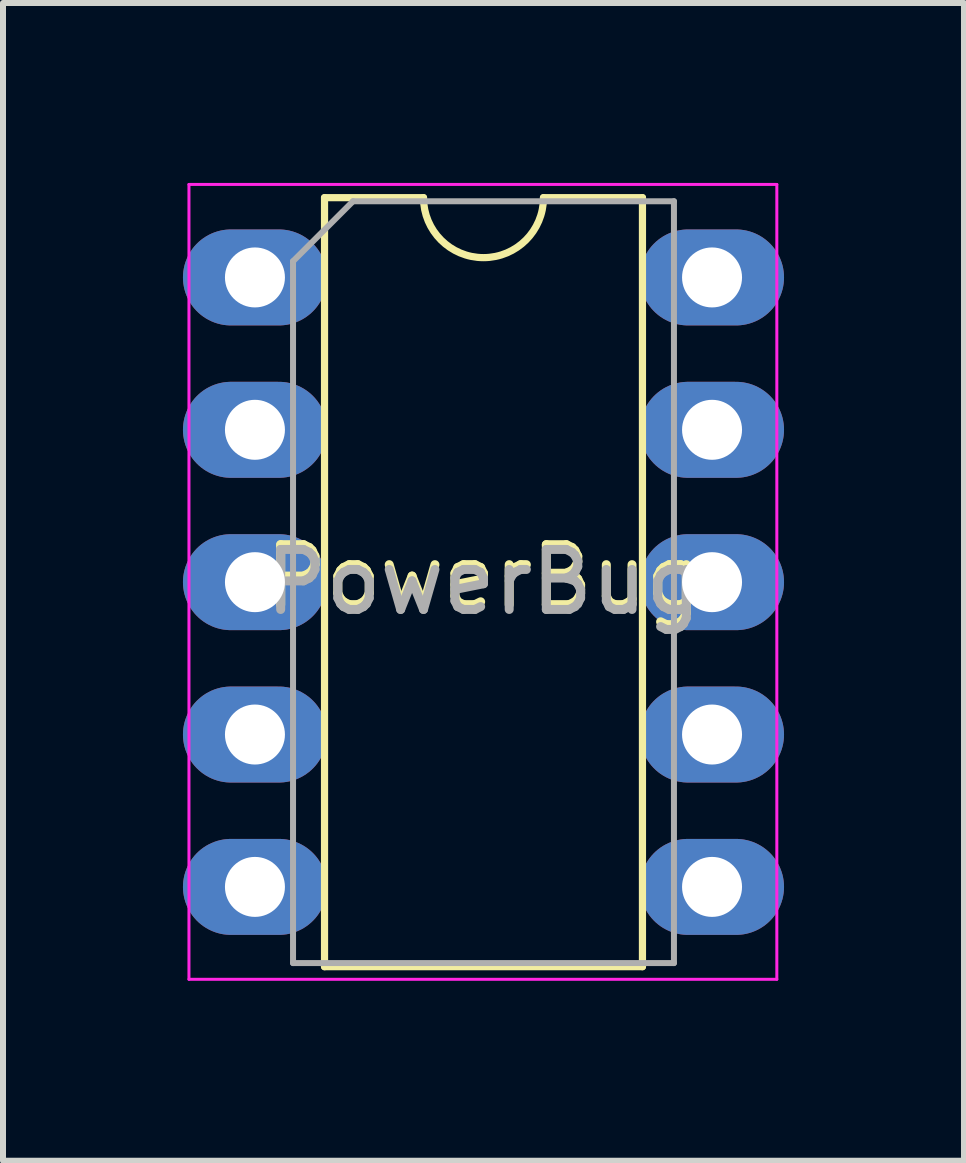
<source format=kicad_pcb>
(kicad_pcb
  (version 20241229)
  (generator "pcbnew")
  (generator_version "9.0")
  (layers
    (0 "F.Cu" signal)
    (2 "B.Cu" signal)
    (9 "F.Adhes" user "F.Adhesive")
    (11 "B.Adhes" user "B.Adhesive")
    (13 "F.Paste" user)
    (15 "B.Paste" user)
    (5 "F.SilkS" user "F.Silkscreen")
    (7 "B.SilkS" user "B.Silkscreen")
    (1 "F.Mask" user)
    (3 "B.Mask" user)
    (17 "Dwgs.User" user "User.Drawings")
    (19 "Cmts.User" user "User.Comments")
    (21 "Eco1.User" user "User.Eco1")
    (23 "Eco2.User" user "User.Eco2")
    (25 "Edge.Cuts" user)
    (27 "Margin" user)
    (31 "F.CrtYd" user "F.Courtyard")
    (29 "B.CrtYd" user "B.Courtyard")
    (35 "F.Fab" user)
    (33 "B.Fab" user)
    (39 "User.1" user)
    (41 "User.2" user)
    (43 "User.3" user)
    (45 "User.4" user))
  (footprint "PowerBug"
    (layer "F.Cu")
    (at 1.2 1.575)
    (property "Reference" "PowerBug" (at 3.81 5 0) (layer "F.SilkS") (effects (font (size 1 1) (thickness 0.15))))
    (attr through_hole)
    (fp_line (start 1.16 -1.33) (end 1.16 11.49) (stroke (width 0.12) (type solid)) (layer "F.SilkS"))
    (fp_line (start 1.16 11.49) (end 6.46 11.49) (stroke (width 0.12) (type solid)) (layer "F.SilkS"))
    (fp_line (start 2.81 -1.33) (end 1.16 -1.33) (stroke (width 0.12) (type solid)) (layer "F.SilkS"))
    (fp_line (start 6.46 -1.33) (end 4.81 -1.33) (stroke (width 0.12) (type solid)) (layer "F.SilkS"))
    (fp_line (start 6.46 11.49) (end 6.46 -1.33) (stroke (width 0.12) (type solid)) (layer "F.SilkS"))
    (fp_arc (start 4.81 -1.33) (mid 3.81 -0.33) (end 2.81 -1.33) (stroke (width 0.12) (type solid)) (layer "F.SilkS"))
    (fp_line (start -1.1 -1.55) (end -1.1 11.7) (stroke (width 0.05) (type solid)) (layer "F.CrtYd"))
    (fp_line (start -1.1 11.7) (end 8.7 11.7) (stroke (width 0.05) (type solid)) (layer "F.CrtYd"))
    (fp_line (start 8.7 -1.55) (end -1.1 -1.55) (stroke (width 0.05) (type solid)) (layer "F.CrtYd"))
    (fp_line (start 8.7 11.7) (end 8.7 -1.55) (stroke (width 0.05) (type solid)) (layer "F.CrtYd"))
    (fp_line (start 0.635 -0.27) (end 1.635 -1.27) (stroke (width 0.1) (type solid)) (layer "F.Fab"))
    (fp_line (start 0.635 11.43) (end 0.635 -0.27) (stroke (width 0.1) (type solid)) (layer "F.Fab"))
    (fp_line (start 1.635 -1.27) (end 6.985 -1.27) (stroke (width 0.1) (type solid)) (layer "F.Fab"))
    (fp_line (start 6.985 -1.27) (end 6.985 11.43) (stroke (width 0.1) (type solid)) (layer "F.Fab"))
    (fp_line (start 6.985 11.43) (end 0.635 11.43) (stroke (width 0.1) (type solid)) (layer "F.Fab"))
    (fp_text user "${REFERENCE}" (at 3.81 5.08 0) (layer "F.Fab") (effects (font (size 1 1) (thickness 0.15))))
    (pad "1" thru_hole oval (at 0 0) (size 2.4 1.6) (drill 1) (layers "*.Cu" "*.Mask"))
    (pad "2" thru_hole oval (at 0 2.54) (size 2.4 1.6) (drill 1) (layers "*.Cu" "*.Mask"))
    (pad "3" thru_hole oval (at 0 5.08) (size 2.4 1.6) (drill 1) (layers "*.Cu" "*.Mask"))
    (pad "4" thru_hole oval (at 0 7.62) (size 2.4 1.6) (drill 1) (layers "*.Cu" "*.Mask"))
    (pad "5" thru_hole oval (at 0 10.16) (size 2.4 1.6) (drill 1) (layers "*.Cu" "*.Mask"))
    (pad "6" thru_hole oval (at 7.62 10.16) (size 2.4 1.6) (drill 1) (layers "*.Cu" "*.Mask"))
    (pad "7" thru_hole oval (at 7.62 7.62) (size 2.4 1.6) (drill 1) (layers "*.Cu" "*.Mask"))
    (pad "8" thru_hole oval (at 7.62 5.08) (size 2.4 1.6) (drill 1) (layers "*.Cu" "*.Mask"))
    (pad "9" thru_hole oval (at 7.62 2.54) (size 2.4 1.6) (drill 1) (layers "*.Cu" "*.Mask"))
    (pad "10" thru_hole oval (at 7.62 0) (size 2.4 1.6) (drill 1) (layers "*.Cu" "*.Mask")))
  (gr_rect
    (start -3 -3)
    (end 13.02 16.3)
    (stroke (width 0.1) (type default))
    (fill no)
    (layer "Edge.Cuts")))
</source>
